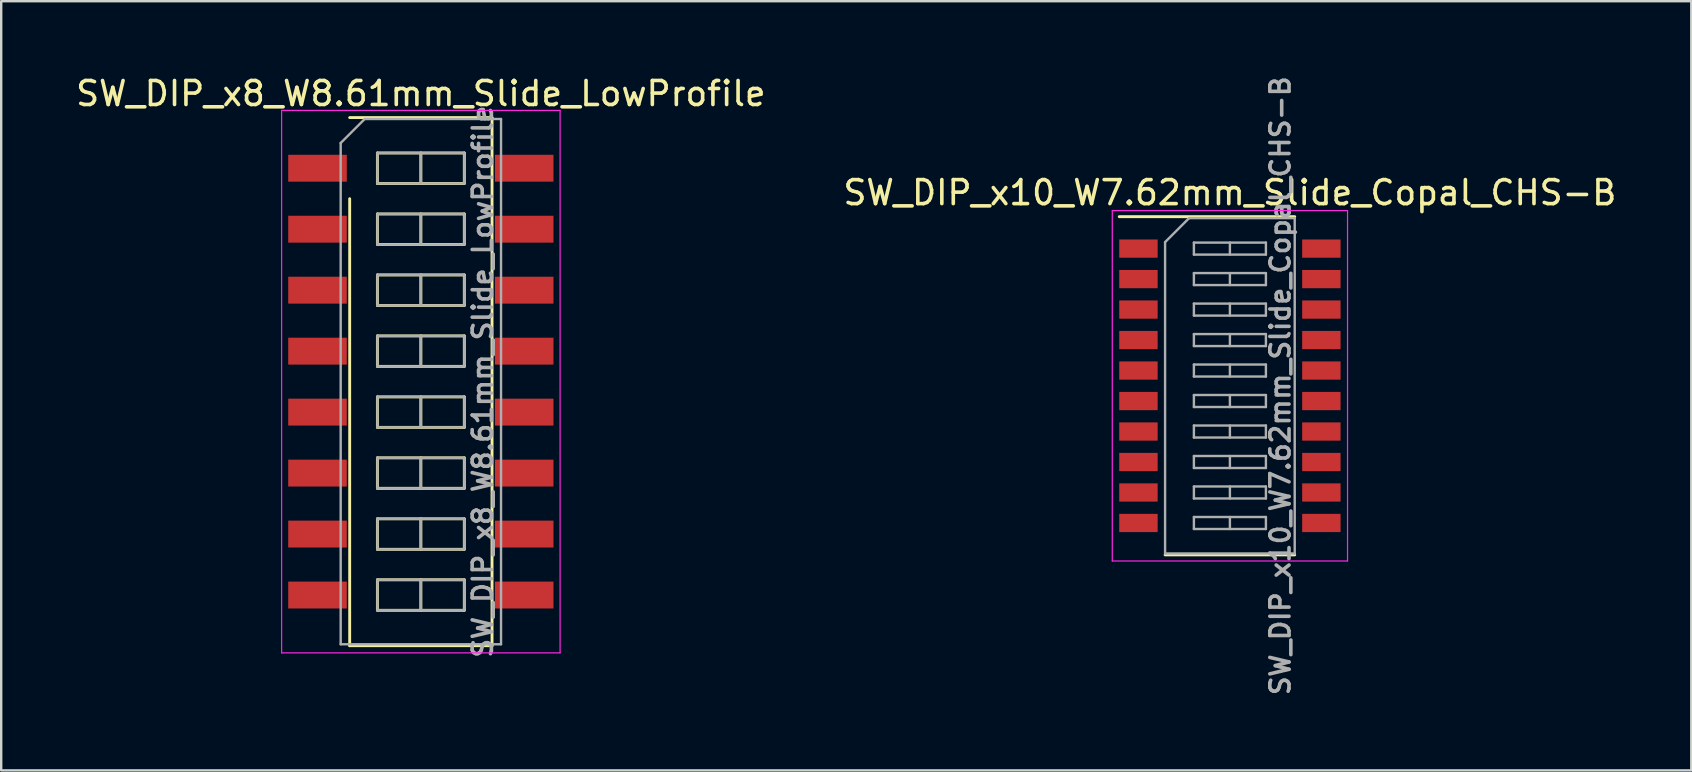
<source format=kicad_pcb>
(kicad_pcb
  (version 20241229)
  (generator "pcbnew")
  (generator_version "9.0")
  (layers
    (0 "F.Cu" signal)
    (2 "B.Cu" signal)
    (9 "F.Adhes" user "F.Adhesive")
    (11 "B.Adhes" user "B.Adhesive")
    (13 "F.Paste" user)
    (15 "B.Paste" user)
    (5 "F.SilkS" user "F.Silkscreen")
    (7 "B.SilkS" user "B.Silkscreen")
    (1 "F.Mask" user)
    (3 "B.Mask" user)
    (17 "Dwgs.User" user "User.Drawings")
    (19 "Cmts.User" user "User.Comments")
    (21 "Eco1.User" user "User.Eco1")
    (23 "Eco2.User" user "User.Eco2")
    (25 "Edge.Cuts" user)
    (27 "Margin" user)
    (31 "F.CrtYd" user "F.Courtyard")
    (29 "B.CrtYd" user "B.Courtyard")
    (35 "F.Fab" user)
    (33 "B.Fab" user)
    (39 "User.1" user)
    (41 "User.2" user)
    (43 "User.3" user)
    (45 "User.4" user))
  (footprint "SW_DIP_x8_W8.61mm_Slide_LowProfile"
    (layer "F.Cu")
    (at 14.482 12.848)
    (property "Reference" "SW_DIP_x8_W8.61mm_Slide_LowProfile" (at 0 -12 0) (layer "F.SilkS") (effects (font (size 1 1) (thickness 0.15))))
    (attr smd)
    (fp_line (start -2.965 -11) (end 2.965 -11) (stroke (width 0.12) (type solid)) (layer "F.SilkS"))
    (fp_line (start -2.965 11) (end -2.965 -7.62) (stroke (width 0.12) (type solid)) (layer "F.SilkS"))
    (fp_line (start -1.81 -9.525) (end -1.81 -8.255) (stroke (width 0.12) (type solid)) (layer "F.SilkS"))
    (fp_line (start -1.81 -8.255) (end 1.81 -8.255) (stroke (width 0.12) (type solid)) (layer "F.SilkS"))
    (fp_line (start -1.81 -6.985) (end -1.81 -5.715) (stroke (width 0.12) (type solid)) (layer "F.SilkS"))
    (fp_line (start -1.81 -5.715) (end 1.81 -5.715) (stroke (width 0.12) (type solid)) (layer "F.SilkS"))
    (fp_line (start -1.81 -4.445) (end -1.81 -3.175) (stroke (width 0.12) (type solid)) (layer "F.SilkS"))
    (fp_line (start -1.81 -3.175) (end 1.81 -3.175) (stroke (width 0.12) (type solid)) (layer "F.SilkS"))
    (fp_line (start -1.81 -1.905) (end -1.81 -0.635) (stroke (width 0.12) (type solid)) (layer "F.SilkS"))
    (fp_line (start -1.81 -0.635) (end 1.81 -0.635) (stroke (width 0.12) (type solid)) (layer "F.SilkS"))
    (fp_line (start -1.81 0.635) (end -1.81 1.905) (stroke (width 0.12) (type solid)) (layer "F.SilkS"))
    (fp_line (start -1.81 1.905) (end 1.81 1.905) (stroke (width 0.12) (type solid)) (layer "F.SilkS"))
    (fp_line (start -1.81 3.175) (end -1.81 4.445) (stroke (width 0.12) (type solid)) (layer "F.SilkS"))
    (fp_line (start -1.81 4.445) (end 1.81 4.445) (stroke (width 0.12) (type solid)) (layer "F.SilkS"))
    (fp_line (start -1.81 5.715) (end -1.81 6.985) (stroke (width 0.12) (type solid)) (layer "F.SilkS"))
    (fp_line (start -1.81 6.985) (end 1.81 6.985) (stroke (width 0.12) (type solid)) (layer "F.SilkS"))
    (fp_line (start -1.81 8.255) (end -1.81 9.525) (stroke (width 0.12) (type solid)) (layer "F.SilkS"))
    (fp_line (start -1.81 9.525) (end 1.81 9.525) (stroke (width 0.12) (type solid)) (layer "F.SilkS"))
    (fp_line (start 0 -9.525) (end 0 -8.255) (stroke (width 0.12) (type solid)) (layer "F.SilkS"))
    (fp_line (start 0 -6.985) (end 0 -5.715) (stroke (width 0.12) (type solid)) (layer "F.SilkS"))
    (fp_line (start 0 -4.445) (end 0 -3.175) (stroke (width 0.12) (type solid)) (layer "F.SilkS"))
    (fp_line (start 0 -1.905) (end 0 -0.635) (stroke (width 0.12) (type solid)) (layer "F.SilkS"))
    (fp_line (start 0 0.635) (end 0 1.905) (stroke (width 0.12) (type solid)) (layer "F.SilkS"))
    (fp_line (start 0 3.175) (end 0 4.445) (stroke (width 0.12) (type solid)) (layer "F.SilkS"))
    (fp_line (start 0 5.715) (end 0 6.985) (stroke (width 0.12) (type solid)) (layer "F.SilkS"))
    (fp_line (start 0 8.255) (end 0 9.525) (stroke (width 0.12) (type solid)) (layer "F.SilkS"))
    (fp_line (start 1.81 -9.525) (end -1.81 -9.525) (stroke (width 0.12) (type solid)) (layer "F.SilkS"))
    (fp_line (start 1.81 -8.255) (end 1.81 -9.525) (stroke (width 0.12) (type solid)) (layer "F.SilkS"))
    (fp_line (start 1.81 -6.985) (end -1.81 -6.985) (stroke (width 0.12) (type solid)) (layer "F.SilkS"))
    (fp_line (start 1.81 -5.715) (end 1.81 -6.985) (stroke (width 0.12) (type solid)) (layer "F.SilkS"))
    (fp_line (start 1.81 -4.445) (end -1.81 -4.445) (stroke (width 0.12) (type solid)) (layer "F.SilkS"))
    (fp_line (start 1.81 -3.175) (end 1.81 -4.445) (stroke (width 0.12) (type solid)) (layer "F.SilkS"))
    (fp_line (start 1.81 -1.905) (end -1.81 -1.905) (stroke (width 0.12) (type solid)) (layer "F.SilkS"))
    (fp_line (start 1.81 -0.635) (end 1.81 -1.905) (stroke (width 0.12) (type solid)) (layer "F.SilkS"))
    (fp_line (start 1.81 0.635) (end -1.81 0.635) (stroke (width 0.12) (type solid)) (layer "F.SilkS"))
    (fp_line (start 1.81 1.905) (end 1.81 0.635) (stroke (width 0.12) (type solid)) (layer "F.SilkS"))
    (fp_line (start 1.81 3.175) (end -1.81 3.175) (stroke (width 0.12) (type solid)) (layer "F.SilkS"))
    (fp_line (start 1.81 4.445) (end 1.81 3.175) (stroke (width 0.12) (type solid)) (layer "F.SilkS"))
    (fp_line (start 1.81 5.715) (end -1.81 5.715) (stroke (width 0.12) (type solid)) (layer "F.SilkS"))
    (fp_line (start 1.81 6.985) (end 1.81 5.715) (stroke (width 0.12) (type solid)) (layer "F.SilkS"))
    (fp_line (start 1.81 8.255) (end -1.81 8.255) (stroke (width 0.12) (type solid)) (layer "F.SilkS"))
    (fp_line (start 1.81 9.525) (end 1.81 8.255) (stroke (width 0.12) (type solid)) (layer "F.SilkS"))
    (fp_line (start 2.965 -11) (end 2.965 11) (stroke (width 0.12) (type solid)) (layer "F.SilkS"))
    (fp_line (start 2.965 11) (end -2.965 11) (stroke (width 0.12) (type solid)) (layer "F.SilkS"))
    (fp_line (start -5.8 -11.3) (end -5.8 11.3) (stroke (width 0.05) (type solid)) (layer "F.CrtYd"))
    (fp_line (start -5.8 11.3) (end 5.8 11.3) (stroke (width 0.05) (type solid)) (layer "F.CrtYd"))
    (fp_line (start 5.8 -11.3) (end -5.8 -11.3) (stroke (width 0.05) (type solid)) (layer "F.CrtYd"))
    (fp_line (start 5.8 11.3) (end 5.8 -11.3) (stroke (width 0.05) (type solid)) (layer "F.CrtYd"))
    (fp_line (start -3.34 -9.94) (end -2.34 -10.94) (stroke (width 0.1) (type solid)) (layer "F.Fab"))
    (fp_line (start -3.34 10.94) (end -3.34 -9.94) (stroke (width 0.1) (type solid)) (layer "F.Fab"))
    (fp_line (start -2.34 -10.94) (end 3.34 -10.94) (stroke (width 0.1) (type solid)) (layer "F.Fab"))
    (fp_line (start -1.81 -9.525) (end -1.81 -8.255) (stroke (width 0.1) (type solid)) (layer "F.Fab"))
    (fp_line (start -1.81 -8.255) (end 1.81 -8.255) (stroke (width 0.1) (type solid)) (layer "F.Fab"))
    (fp_line (start -1.81 -6.985) (end -1.81 -5.715) (stroke (width 0.1) (type solid)) (layer "F.Fab"))
    (fp_line (start -1.81 -5.715) (end 1.81 -5.715) (stroke (width 0.1) (type solid)) (layer "F.Fab"))
    (fp_line (start -1.81 -4.445) (end -1.81 -3.175) (stroke (width 0.1) (type solid)) (layer "F.Fab"))
    (fp_line (start -1.81 -3.175) (end 1.81 -3.175) (stroke (width 0.1) (type solid)) (layer "F.Fab"))
    (fp_line (start -1.81 -1.905) (end -1.81 -0.635) (stroke (width 0.1) (type solid)) (layer "F.Fab"))
    (fp_line (start -1.81 -0.635) (end 1.81 -0.635) (stroke (width 0.1) (type solid)) (layer "F.Fab"))
    (fp_line (start -1.81 0.635) (end -1.81 1.905) (stroke (width 0.1) (type solid)) (layer "F.Fab"))
    (fp_line (start -1.81 1.905) (end 1.81 1.905) (stroke (width 0.1) (type solid)) (layer "F.Fab"))
    (fp_line (start -1.81 3.175) (end -1.81 4.445) (stroke (width 0.1) (type solid)) (layer "F.Fab"))
    (fp_line (start -1.81 4.445) (end 1.81 4.445) (stroke (width 0.1) (type solid)) (layer "F.Fab"))
    (fp_line (start -1.81 5.715) (end -1.81 6.985) (stroke (width 0.1) (type solid)) (layer "F.Fab"))
    (fp_line (start -1.81 6.985) (end 1.81 6.985) (stroke (width 0.1) (type solid)) (layer "F.Fab"))
    (fp_line (start -1.81 8.255) (end -1.81 9.525) (stroke (width 0.1) (type solid)) (layer "F.Fab"))
    (fp_line (start -1.81 9.525) (end 1.81 9.525) (stroke (width 0.1) (type solid)) (layer "F.Fab"))
    (fp_line (start 0 -9.525) (end 0 -8.255) (stroke (width 0.1) (type solid)) (layer "F.Fab"))
    (fp_line (start 0 -6.985) (end 0 -5.715) (stroke (width 0.1) (type solid)) (layer "F.Fab"))
    (fp_line (start 0 -4.445) (end 0 -3.175) (stroke (width 0.1) (type solid)) (layer "F.Fab"))
    (fp_line (start 0 -1.905) (end 0 -0.635) (stroke (width 0.1) (type solid)) (layer "F.Fab"))
    (fp_line (start 0 0.635) (end 0 1.905) (stroke (width 0.1) (type solid)) (layer "F.Fab"))
    (fp_line (start 0 3.175) (end 0 4.445) (stroke (width 0.1) (type solid)) (layer "F.Fab"))
    (fp_line (start 0 5.715) (end 0 6.985) (stroke (width 0.1) (type solid)) (layer "F.Fab"))
    (fp_line (start 0 8.255) (end 0 9.525) (stroke (width 0.1) (type solid)) (layer "F.Fab"))
    (fp_line (start 1.81 -9.525) (end -1.81 -9.525) (stroke (width 0.1) (type solid)) (layer "F.Fab"))
    (fp_line (start 1.81 -8.255) (end 1.81 -9.525) (stroke (width 0.1) (type solid)) (layer "F.Fab"))
    (fp_line (start 1.81 -6.985) (end -1.81 -6.985) (stroke (width 0.1) (type solid)) (layer "F.Fab"))
    (fp_line (start 1.81 -5.715) (end 1.81 -6.985) (stroke (width 0.1) (type solid)) (layer "F.Fab"))
    (fp_line (start 1.81 -4.445) (end -1.81 -4.445) (stroke (width 0.1) (type solid)) (layer "F.Fab"))
    (fp_line (start 1.81 -3.175) (end 1.81 -4.445) (stroke (width 0.1) (type solid)) (layer "F.Fab"))
    (fp_line (start 1.81 -1.905) (end -1.81 -1.905) (stroke (width 0.1) (type solid)) (layer "F.Fab"))
    (fp_line (start 1.81 -0.635) (end 1.81 -1.905) (stroke (width 0.1) (type solid)) (layer "F.Fab"))
    (fp_line (start 1.81 0.635) (end -1.81 0.635) (stroke (width 0.1) (type solid)) (layer "F.Fab"))
    (fp_line (start 1.81 1.905) (end 1.81 0.635) (stroke (width 0.1) (type solid)) (layer "F.Fab"))
    (fp_line (start 1.81 3.175) (end -1.81 3.175) (stroke (width 0.1) (type solid)) (layer "F.Fab"))
    (fp_line (start 1.81 4.445) (end 1.81 3.175) (stroke (width 0.1) (type solid)) (layer "F.Fab"))
    (fp_line (start 1.81 5.715) (end -1.81 5.715) (stroke (width 0.1) (type solid)) (layer "F.Fab"))
    (fp_line (start 1.81 6.985) (end 1.81 5.715) (stroke (width 0.1) (type solid)) (layer "F.Fab"))
    (fp_line (start 1.81 8.255) (end -1.81 8.255) (stroke (width 0.1) (type solid)) (layer "F.Fab"))
    (fp_line (start 1.81 9.525) (end 1.81 8.255) (stroke (width 0.1) (type solid)) (layer "F.Fab"))
    (fp_line (start 3.34 -10.94) (end 3.34 10.94) (stroke (width 0.1) (type solid)) (layer "F.Fab"))
    (fp_line (start 3.34 10.94) (end -3.34 10.94) (stroke (width 0.1) (type solid)) (layer "F.Fab"))
    (fp_text user "${REFERENCE}" (at 2.575 0 90) (layer "F.Fab") (effects (font (size 0.8 0.8) (thickness 0.15))))
    (pad "1" smd rect (at -4.305 -8.89) (size 2.44 1.12) (layers "F.Cu" "F.Mask" "F.Paste"))
    (pad "2" smd rect (at -4.305 -6.35) (size 2.44 1.12) (layers "F.Cu" "F.Mask" "F.Paste"))
    (pad "3" smd rect (at -4.305 -3.81) (size 2.44 1.12) (layers "F.Cu" "F.Mask" "F.Paste"))
    (pad "4" smd rect (at -4.305 -1.27) (size 2.44 1.12) (layers "F.Cu" "F.Mask" "F.Paste"))
    (pad "5" smd rect (at -4.305 1.27) (size 2.44 1.12) (layers "F.Cu" "F.Mask" "F.Paste"))
    (pad "6" smd rect (at -4.305 3.81) (size 2.44 1.12) (layers "F.Cu" "F.Mask" "F.Paste"))
    (pad "7" smd rect (at -4.305 6.35) (size 2.44 1.12) (layers "F.Cu" "F.Mask" "F.Paste"))
    (pad "8" smd rect (at -4.305 8.89) (size 2.44 1.12) (layers "F.Cu" "F.Mask" "F.Paste"))
    (pad "9" smd rect (at 4.305 8.89) (size 2.44 1.12) (layers "F.Cu" "F.Mask" "F.Paste"))
    (pad "10" smd rect (at 4.305 6.35) (size 2.44 1.12) (layers "F.Cu" "F.Mask" "F.Paste"))
    (pad "11" smd rect (at 4.305 3.81) (size 2.44 1.12) (layers "F.Cu" "F.Mask" "F.Paste"))
    (pad "12" smd rect (at 4.305 1.27) (size 2.44 1.12) (layers "F.Cu" "F.Mask" "F.Paste"))
    (pad "13" smd rect (at 4.305 -1.27) (size 2.44 1.12) (layers "F.Cu" "F.Mask" "F.Paste"))
    (pad "14" smd rect (at 4.305 -3.81) (size 2.44 1.12) (layers "F.Cu" "F.Mask" "F.Paste"))
    (pad "15" smd rect (at 4.305 -6.35) (size 2.44 1.12) (layers "F.Cu" "F.Mask" "F.Paste"))
    (pad "16" smd rect (at 4.305 -8.89) (size 2.44 1.12) (layers "F.Cu" "F.Mask" "F.Paste")))
  (footprint "SW_DIP_x10_W7.62mm_Slide_Copal_CHS-B"
    (layer "F.Cu")
    (at 48.185 13.021)
    (property "Reference" "SW_DIP_x10_W7.62mm_Slide_Copal_CHS-B" (at 0 -8.045 0) (layer "F.SilkS") (effects (font (size 1 1) (thickness 0.15))))
    (attr smd)
    (fp_line (start -4.61 -7.045) (end 2.7 -7.045) (stroke (width 0.12) (type solid)) (layer "F.SilkS"))
    (fp_line (start -2.7 7.045) (end 2.7 7.045) (stroke (width 0.12) (type solid)) (layer "F.SilkS"))
    (fp_line (start -4.9 -7.3) (end -4.9 7.3) (stroke (width 0.05) (type solid)) (layer "F.CrtYd"))
    (fp_line (start -4.9 7.3) (end 4.9 7.3) (stroke (width 0.05) (type solid)) (layer "F.CrtYd"))
    (fp_line (start 4.9 -7.3) (end -4.9 -7.3) (stroke (width 0.05) (type solid)) (layer "F.CrtYd"))
    (fp_line (start 4.9 7.3) (end 4.9 -7.3) (stroke (width 0.05) (type solid)) (layer "F.CrtYd"))
    (fp_line (start -2.7 -5.985) (end -1.7 -6.985) (stroke (width 0.1) (type solid)) (layer "F.Fab"))
    (fp_line (start -2.7 6.985) (end -2.7 -5.985) (stroke (width 0.1) (type solid)) (layer "F.Fab"))
    (fp_line (start -1.7 -6.985) (end 2.7 -6.985) (stroke (width 0.1) (type solid)) (layer "F.Fab"))
    (fp_line (start -1.5 -5.965) (end -1.5 -5.465) (stroke (width 0.1) (type solid)) (layer "F.Fab"))
    (fp_line (start -1.5 -5.465) (end 1.5 -5.465) (stroke (width 0.1) (type solid)) (layer "F.Fab"))
    (fp_line (start -1.5 -4.695) (end -1.5 -4.195) (stroke (width 0.1) (type solid)) (layer "F.Fab"))
    (fp_line (start -1.5 -4.195) (end 1.5 -4.195) (stroke (width 0.1) (type solid)) (layer "F.Fab"))
    (fp_line (start -1.5 -3.425) (end -1.5 -2.925) (stroke (width 0.1) (type solid)) (layer "F.Fab"))
    (fp_line (start -1.5 -2.925) (end 1.5 -2.925) (stroke (width 0.1) (type solid)) (layer "F.Fab"))
    (fp_line (start -1.5 -2.155) (end -1.5 -1.655) (stroke (width 0.1) (type solid)) (layer "F.Fab"))
    (fp_line (start -1.5 -1.655) (end 1.5 -1.655) (stroke (width 0.1) (type solid)) (layer "F.Fab"))
    (fp_line (start -1.5 -0.885) (end -1.5 -0.385) (stroke (width 0.1) (type solid)) (layer "F.Fab"))
    (fp_line (start -1.5 -0.385) (end 1.5 -0.385) (stroke (width 0.1) (type solid)) (layer "F.Fab"))
    (fp_line (start -1.5 0.385) (end -1.5 0.885) (stroke (width 0.1) (type solid)) (layer "F.Fab"))
    (fp_line (start -1.5 0.885) (end 1.5 0.885) (stroke (width 0.1) (type solid)) (layer "F.Fab"))
    (fp_line (start -1.5 1.655) (end -1.5 2.155) (stroke (width 0.1) (type solid)) (layer "F.Fab"))
    (fp_line (start -1.5 2.155) (end 1.5 2.155) (stroke (width 0.1) (type solid)) (layer "F.Fab"))
    (fp_line (start -1.5 2.925) (end -1.5 3.425) (stroke (width 0.1) (type solid)) (layer "F.Fab"))
    (fp_line (start -1.5 3.425) (end 1.5 3.425) (stroke (width 0.1) (type solid)) (layer "F.Fab"))
    (fp_line (start -1.5 4.195) (end -1.5 4.695) (stroke (width 0.1) (type solid)) (layer "F.Fab"))
    (fp_line (start -1.5 4.695) (end 1.5 4.695) (stroke (width 0.1) (type solid)) (layer "F.Fab"))
    (fp_line (start -1.5 5.465) (end -1.5 5.965) (stroke (width 0.1) (type solid)) (layer "F.Fab"))
    (fp_line (start -1.5 5.965) (end 1.5 5.965) (stroke (width 0.1) (type solid)) (layer "F.Fab"))
    (fp_line (start 0 -5.965) (end 0 -5.465) (stroke (width 0.1) (type solid)) (layer "F.Fab"))
    (fp_line (start 0 -4.695) (end 0 -4.195) (stroke (width 0.1) (type solid)) (layer "F.Fab"))
    (fp_line (start 0 -3.425) (end 0 -2.925) (stroke (width 0.1) (type solid)) (layer "F.Fab"))
    (fp_line (start 0 -2.155) (end 0 -1.655) (stroke (width 0.1) (type solid)) (layer "F.Fab"))
    (fp_line (start 0 -0.885) (end 0 -0.385) (stroke (width 0.1) (type solid)) (layer "F.Fab"))
    (fp_line (start 0 0.385) (end 0 0.885) (stroke (width 0.1) (type solid)) (layer "F.Fab"))
    (fp_line (start 0 1.655) (end 0 2.155) (stroke (width 0.1) (type solid)) (layer "F.Fab"))
    (fp_line (start 0 2.925) (end 0 3.425) (stroke (width 0.1) (type solid)) (layer "F.Fab"))
    (fp_line (start 0 4.195) (end 0 4.695) (stroke (width 0.1) (type solid)) (layer "F.Fab"))
    (fp_line (start 0 5.465) (end 0 5.965) (stroke (width 0.1) (type solid)) (layer "F.Fab"))
    (fp_line (start 1.5 -5.965) (end -1.5 -5.965) (stroke (width 0.1) (type solid)) (layer "F.Fab"))
    (fp_line (start 1.5 -5.465) (end 1.5 -5.965) (stroke (width 0.1) (type solid)) (layer "F.Fab"))
    (fp_line (start 1.5 -4.695) (end -1.5 -4.695) (stroke (width 0.1) (type solid)) (layer "F.Fab"))
    (fp_line (start 1.5 -4.195) (end 1.5 -4.695) (stroke (width 0.1) (type solid)) (layer "F.Fab"))
    (fp_line (start 1.5 -3.425) (end -1.5 -3.425) (stroke (width 0.1) (type solid)) (layer "F.Fab"))
    (fp_line (start 1.5 -2.925) (end 1.5 -3.425) (stroke (width 0.1) (type solid)) (layer "F.Fab"))
    (fp_line (start 1.5 -2.155) (end -1.5 -2.155) (stroke (width 0.1) (type solid)) (layer "F.Fab"))
    (fp_line (start 1.5 -1.655) (end 1.5 -2.155) (stroke (width 0.1) (type solid)) (layer "F.Fab"))
    (fp_line (start 1.5 -0.885) (end -1.5 -0.885) (stroke (width 0.1) (type solid)) (layer "F.Fab"))
    (fp_line (start 1.5 -0.385) (end 1.5 -0.885) (stroke (width 0.1) (type solid)) (layer "F.Fab"))
    (fp_line (start 1.5 0.385) (end -1.5 0.385) (stroke (width 0.1) (type solid)) (layer "F.Fab"))
    (fp_line (start 1.5 0.885) (end 1.5 0.385) (stroke (width 0.1) (type solid)) (layer "F.Fab"))
    (fp_line (start 1.5 1.655) (end -1.5 1.655) (stroke (width 0.1) (type solid)) (layer "F.Fab"))
    (fp_line (start 1.5 2.155) (end 1.5 1.655) (stroke (width 0.1) (type solid)) (layer "F.Fab"))
    (fp_line (start 1.5 2.925) (end -1.5 2.925) (stroke (width 0.1) (type solid)) (layer "F.Fab"))
    (fp_line (start 1.5 3.425) (end 1.5 2.925) (stroke (width 0.1) (type solid)) (layer "F.Fab"))
    (fp_line (start 1.5 4.195) (end -1.5 4.195) (stroke (width 0.1) (type solid)) (layer "F.Fab"))
    (fp_line (start 1.5 4.695) (end 1.5 4.195) (stroke (width 0.1) (type solid)) (layer "F.Fab"))
    (fp_line (start 1.5 5.465) (end -1.5 5.465) (stroke (width 0.1) (type solid)) (layer "F.Fab"))
    (fp_line (start 1.5 5.965) (end 1.5 5.465) (stroke (width 0.1) (type solid)) (layer "F.Fab"))
    (fp_line (start 2.7 -6.985) (end 2.7 6.985) (stroke (width 0.1) (type solid)) (layer "F.Fab"))
    (fp_line (start 2.7 6.985) (end -2.7 6.985) (stroke (width 0.1) (type solid)) (layer "F.Fab"))
    (fp_text user "${REFERENCE}" (at 2.1 0 90) (layer "F.Fab") (effects (font (size 0.8 0.8) (thickness 0.15))))
    (pad "1" smd rect (at -3.81 -5.715) (size 1.6 0.76) (layers "F.Cu" "F.Mask" "F.Paste"))
    (pad "2" smd rect (at -3.81 -4.445) (size 1.6 0.76) (layers "F.Cu" "F.Mask" "F.Paste"))
    (pad "3" smd rect (at -3.81 -3.175) (size 1.6 0.76) (layers "F.Cu" "F.Mask" "F.Paste"))
    (pad "4" smd rect (at -3.81 -1.905) (size 1.6 0.76) (layers "F.Cu" "F.Mask" "F.Paste"))
    (pad "5" smd rect (at -3.81 -0.635) (size 1.6 0.76) (layers "F.Cu" "F.Mask" "F.Paste"))
    (pad "6" smd rect (at -3.81 0.635) (size 1.6 0.76) (layers "F.Cu" "F.Mask" "F.Paste"))
    (pad "7" smd rect (at -3.81 1.905) (size 1.6 0.76) (layers "F.Cu" "F.Mask" "F.Paste"))
    (pad "8" smd rect (at -3.81 3.175) (size 1.6 0.76) (layers "F.Cu" "F.Mask" "F.Paste"))
    (pad "9" smd rect (at -3.81 4.445) (size 1.6 0.76) (layers "F.Cu" "F.Mask" "F.Paste"))
    (pad "10" smd rect (at -3.81 5.715) (size 1.6 0.76) (layers "F.Cu" "F.Mask" "F.Paste"))
    (pad "11" smd rect (at 3.81 5.715) (size 1.6 0.76) (layers "F.Cu" "F.Mask" "F.Paste"))
    (pad "12" smd rect (at 3.81 4.445) (size 1.6 0.76) (layers "F.Cu" "F.Mask" "F.Paste"))
    (pad "13" smd rect (at 3.81 3.175) (size 1.6 0.76) (layers "F.Cu" "F.Mask" "F.Paste"))
    (pad "14" smd rect (at 3.81 1.905) (size 1.6 0.76) (layers "F.Cu" "F.Mask" "F.Paste"))
    (pad "15" smd rect (at 3.81 0.635) (size 1.6 0.76) (layers "F.Cu" "F.Mask" "F.Paste"))
    (pad "16" smd rect (at 3.81 -0.635) (size 1.6 0.76) (layers "F.Cu" "F.Mask" "F.Paste"))
    (pad "17" smd rect (at 3.81 -1.905) (size 1.6 0.76) (layers "F.Cu" "F.Mask" "F.Paste"))
    (pad "18" smd rect (at 3.81 -3.175) (size 1.6 0.76) (layers "F.Cu" "F.Mask" "F.Paste"))
    (pad "19" smd rect (at 3.81 -4.445) (size 1.6 0.76) (layers "F.Cu" "F.Mask" "F.Paste"))
    (pad "20" smd rect (at 3.81 -5.715) (size 1.6 0.76) (layers "F.Cu" "F.Mask" "F.Paste")))
  (gr_rect
    (start -3 -3)
    (end 67.405 29.042)
    (stroke (width 0.1) (type default))
    (fill no)
    (layer "Edge.Cuts")))
</source>
